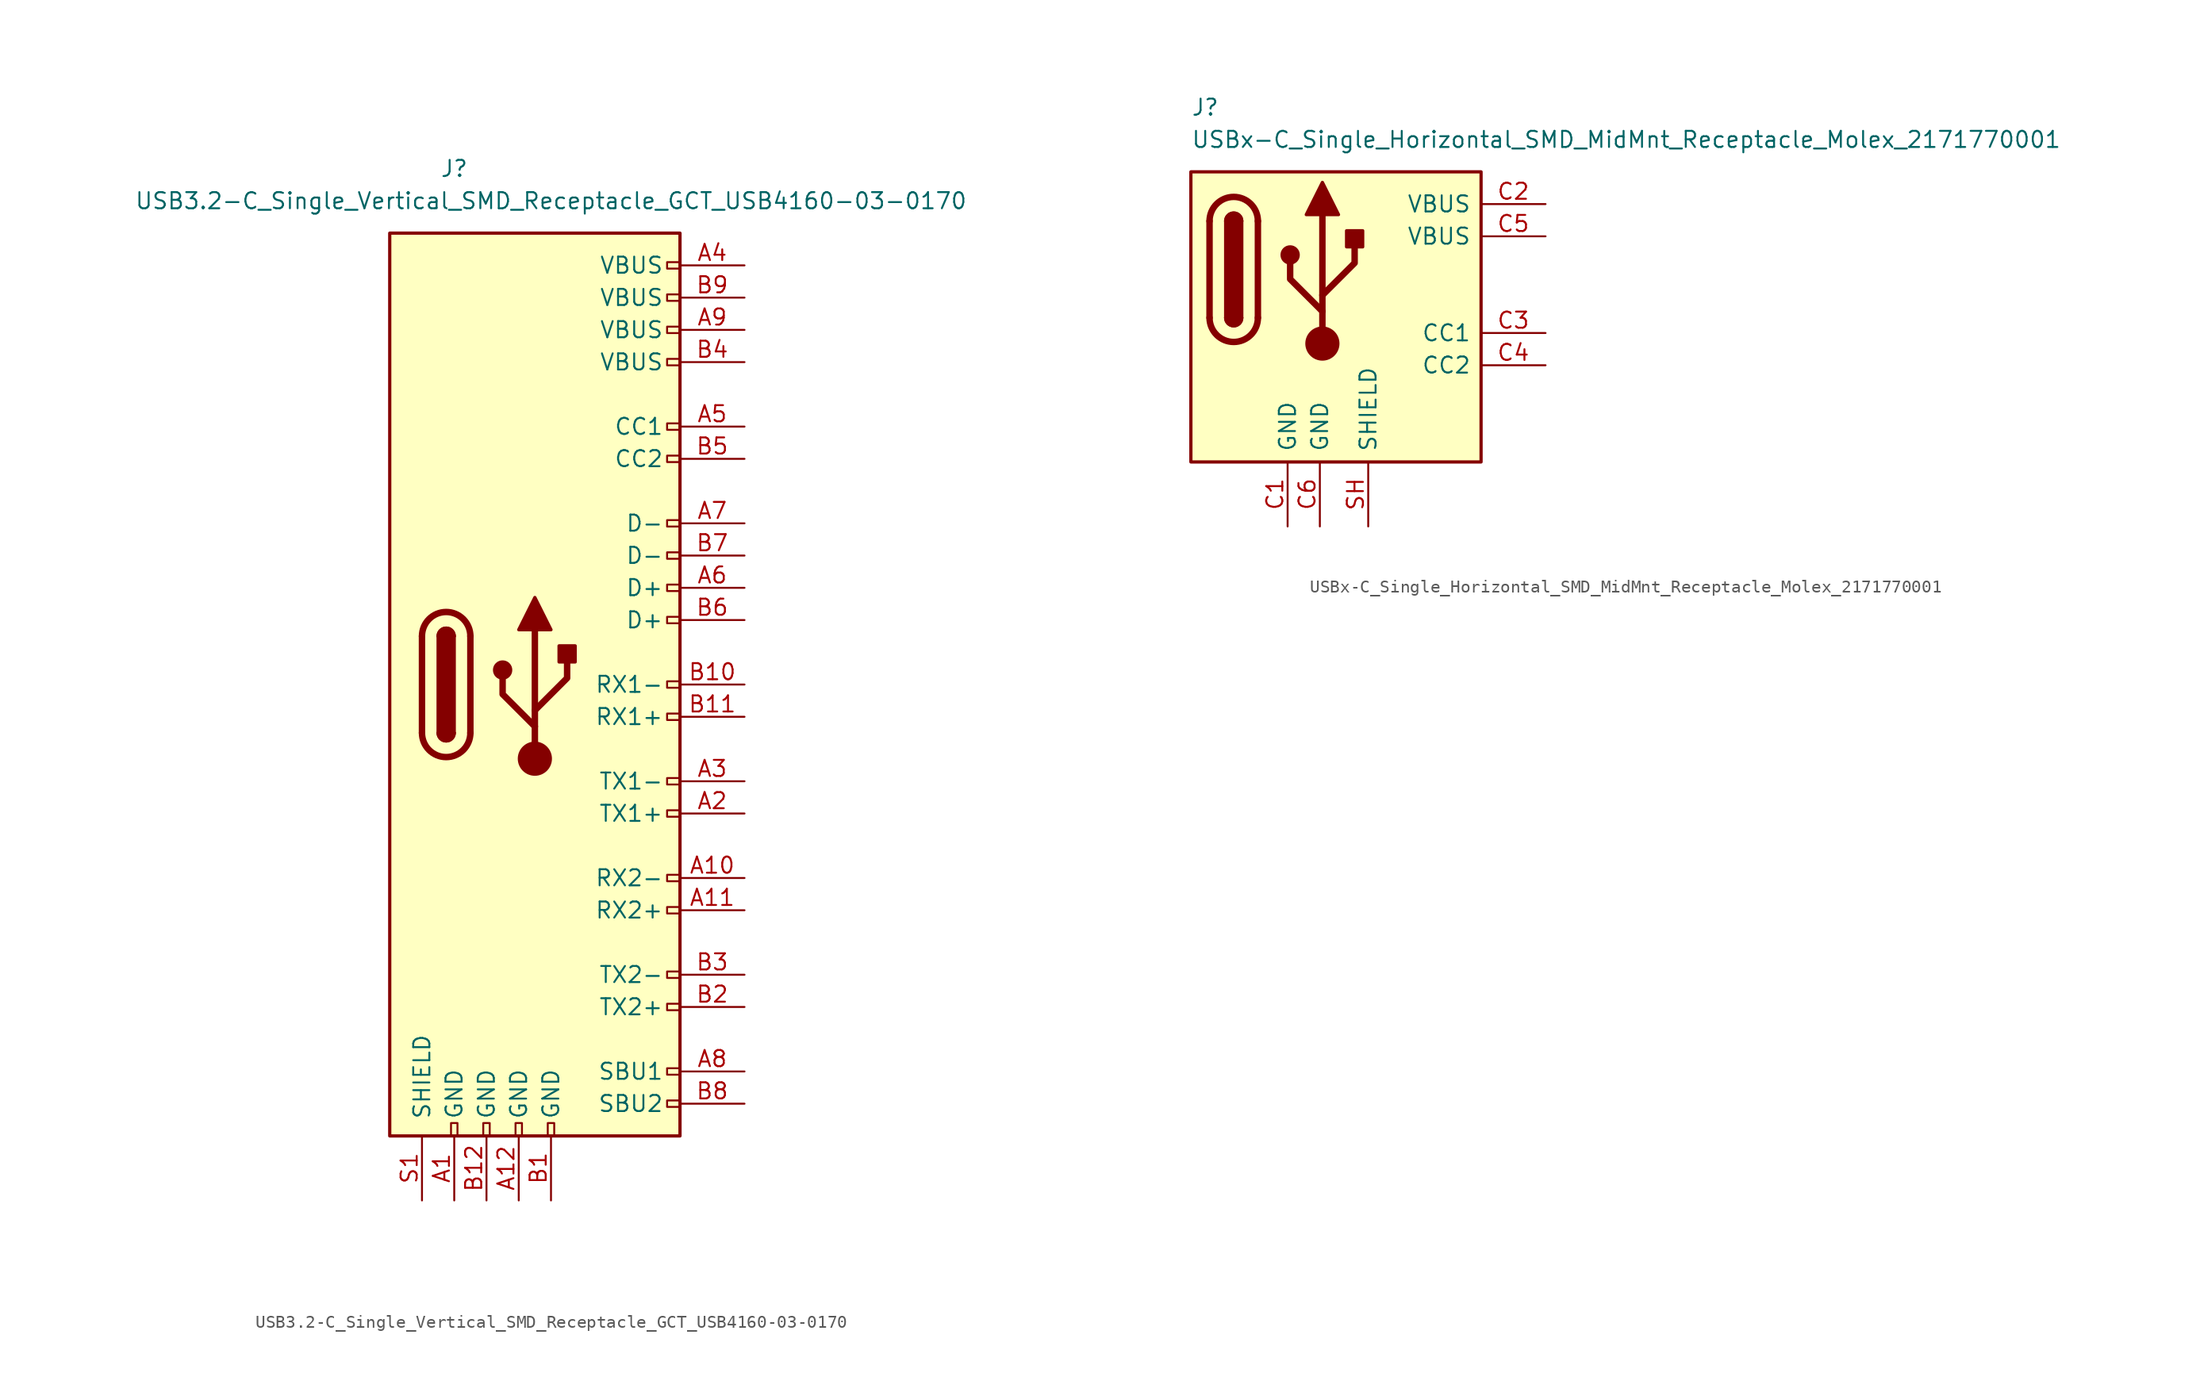
<source format=kicad_sym>
(kicad_symbol_lib
  (version 20241209)
  (generator "kicad_symbol_editor")
  (generator_version "9.0")
  (symbol "USB3.2-C_Single_Vertical_SMD_Receptacle_GCT_USB4160-03-0170"
    (pin_names
      (offset 1.27))
    (property "Reference" "J"
      (at -6.35 40.64 0)
      (effects (font (size 1.27 1.27))))
    (property "Value" "USB3.2-C_Single_Vertical_SMD_Receptacle_GCT_USB4160-03-0170"
      (at 1.27 38.1 0)
      (effects (font (size 1.27 1.27))))
    (symbol "USB3.2-C_Single_Vertical_SMD_Receptacle_GCT_USB4160-03-0170_1_1"
      (rectangle (start -11.43 35.56) (end 11.43 -35.56) (stroke (width 0.254) (type default)) (fill (type background)))
      (polyline (pts (xy -8.89 -3.81) (xy -8.89 3.81)) (stroke (width 0.508) (type default)) (fill (type none)))
      (rectangle (start -7.62 -3.81) (end -6.35 3.81) (stroke (width 0.254) (type default)) (fill (type outline)))
      (arc (start -7.62 3.81) (mid -6.985 4.4423) (end -6.35 3.81) (stroke (width 0.254) (type default)) (fill (type none)))
      (arc (start -7.62 3.81) (mid -6.985 4.4423) (end -6.35 3.81) (stroke (width 0.254) (type default)) (fill (type outline)))
      (arc (start -8.89 3.81) (mid -6.985 5.7067) (end -5.08 3.81) (stroke (width 0.508) (type default)) (fill (type none)))
      (arc (start -5.08 -3.81) (mid -6.985 -5.7067) (end -8.89 -3.81) (stroke (width 0.508) (type default)) (fill (type none)))
      (arc (start -6.35 -3.81) (mid -6.985 -4.4423) (end -7.62 -3.81) (stroke (width 0.254) (type default)) (fill (type none)))
      (arc (start -6.35 -3.81) (mid -6.985 -4.4423) (end -7.62 -3.81) (stroke (width 0.254) (type default)) (fill (type outline)))
      (rectangle (start -6.604 -35.56) (end -6.096 -34.544) (stroke (width 0) (type default)) (fill (type none)))
      (polyline (pts (xy -5.08 3.81) (xy -5.08 -3.81)) (stroke (width 0.508) (type default)) (fill (type none)))
      (rectangle (start -4.064 -35.56) (end -3.556 -34.544) (stroke (width 0) (type default)) (fill (type none)))
      (circle (center -2.54 1.143) (radius 0.635) (stroke (width 0.254) (type default)) (fill (type outline)))
      (rectangle (start -1.524 -35.56) (end -1.016 -34.544) (stroke (width 0) (type default)) (fill (type none)))
      (polyline (pts (xy -1.27 4.318) (xy 0 6.858) (xy 1.27 4.318) (xy -1.27 4.318)) (stroke (width 0.254) (type default)) (fill (type outline)))
      (polyline (pts (xy 0 -2.032) (xy 2.54 0.508) (xy 2.54 1.778)) (stroke (width 0.508) (type default)) (fill (type none)))
      (polyline (pts (xy 0 -3.302) (xy -2.54 -0.762) (xy -2.54 0.508)) (stroke (width 0.508) (type default)) (fill (type none)))
      (polyline (pts (xy 0 -5.842) (xy 0 4.318)) (stroke (width 0.508) (type default)) (fill (type none)))
      (circle (center 0 -5.842) (radius 1.27) (stroke (width 0) (type default)) (fill (type outline)))
      (rectangle (start 1.016 -35.56) (end 1.524 -34.544) (stroke (width 0) (type default)) (fill (type none)))
      (rectangle (start 1.905 1.778) (end 3.175 3.048) (stroke (width 0.254) (type default)) (fill (type outline)))
      (rectangle (start 11.43 33.274) (end 10.414 32.766) (stroke (width 0) (type default)) (fill (type none)))
      (rectangle (start 11.43 30.226) (end 10.414 30.734) (stroke (width 0) (type default)) (fill (type none)))
      (rectangle (start 11.43 27.686) (end 10.414 28.194) (stroke (width 0) (type default)) (fill (type none)))
      (rectangle (start 11.43 25.146) (end 10.414 25.654) (stroke (width 0) (type default)) (fill (type none)))
      (rectangle (start 11.43 20.574) (end 10.414 20.066) (stroke (width 0) (type default)) (fill (type none)))
      (rectangle (start 11.43 18.034) (end 10.414 17.526) (stroke (width 0) (type default)) (fill (type none)))
      (rectangle (start 11.43 12.954) (end 10.414 12.446) (stroke (width 0) (type default)) (fill (type none)))
      (rectangle (start 11.43 10.414) (end 10.414 9.906) (stroke (width 0) (type default)) (fill (type none)))
      (rectangle (start 11.43 7.874) (end 10.414 7.366) (stroke (width 0) (type default)) (fill (type none)))
      (rectangle (start 11.43 5.334) (end 10.414 4.826) (stroke (width 0) (type default)) (fill (type none)))
      (rectangle (start 11.43 0.254) (end 10.414 -0.254) (stroke (width 0) (type default)) (fill (type none)))
      (rectangle (start 11.43 -2.286) (end 10.414 -2.794) (stroke (width 0) (type default)) (fill (type none)))
      (rectangle (start 11.43 -7.366) (end 10.414 -7.874) (stroke (width 0) (type default)) (fill (type none)))
      (rectangle (start 11.43 -9.906) (end 10.414 -10.414) (stroke (width 0) (type default)) (fill (type none)))
      (rectangle (start 11.43 -14.986) (end 10.414 -15.494) (stroke (width 0) (type default)) (fill (type none)))
      (rectangle (start 11.43 -17.526) (end 10.414 -18.034) (stroke (width 0) (type default)) (fill (type none)))
      (rectangle (start 11.43 -22.606) (end 10.414 -23.114) (stroke (width 0) (type default)) (fill (type none)))
      (rectangle (start 11.43 -25.146) (end 10.414 -25.654) (stroke (width 0) (type default)) (fill (type none)))
      (rectangle (start 11.43 -30.226) (end 10.414 -30.734) (stroke (width 0) (type default)) (fill (type none)))
      (rectangle (start 11.43 -32.766) (end 10.414 -33.274) (stroke (width 0) (type default)) (fill (type none)))
      (pin passive line (at -8.89 -40.64 90) (length 5.08) (name "SHIELD" (effects (font (size 1.27 1.27)))) (number "S1" (effects (font (size 1.27 1.27)))))
      (pin power_in line (at -6.35 -40.64 90) (length 5.08) (name "GND" (effects (font (size 1.27 1.27)))) (number "A1" (effects (font (size 1.27 1.27)))))
      (pin passive line (at -3.81 -40.64 90) (length 5.08) (name "GND" (effects (font (size 1.27 1.27)))) (number "B12" (effects (font (size 1.27 1.27)))))
      (pin passive line (at -1.27 -40.64 90) (length 5.08) (name "GND" (effects (font (size 1.27 1.27)))) (number "A12" (effects (font (size 1.27 1.27)))))
      (pin passive line (at 1.27 -40.64 90) (length 5.08) (name "GND" (effects (font (size 1.27 1.27)))) (number "B1" (effects (font (size 1.27 1.27)))))
      (pin power_out line (at 16.51 33.02 180) (length 5.08) (name "VBUS" (effects (font (size 1.27 1.27)))) (number "A4" (effects (font (size 1.27 1.27)))))
      (pin passive line (at 16.51 30.48 180) (length 5.08) (name "VBUS" (effects (font (size 1.27 1.27)))) (number "B9" (effects (font (size 1.27 1.27)))))
      (pin passive line (at 16.51 27.94 180) (length 5.08) (name "VBUS" (effects (font (size 1.27 1.27)))) (number "A9" (effects (font (size 1.27 1.27)))))
      (pin passive line (at 16.51 25.4 180) (length 5.08) (name "VBUS" (effects (font (size 1.27 1.27)))) (number "B4" (effects (font (size 1.27 1.27)))))
      (pin bidirectional line (at 16.51 20.32 180) (length 5.08) (name "CC1" (effects (font (size 1.27 1.27)))) (number "A5" (effects (font (size 1.27 1.27)))))
      (pin bidirectional line (at 16.51 17.78 180) (length 5.08) (name "CC2" (effects (font (size 1.27 1.27)))) (number "B5" (effects (font (size 1.27 1.27)))))
      (pin bidirectional line (at 16.51 12.7 180) (length 5.08) (name "D-" (effects (font (size 1.27 1.27)))) (number "A7" (effects (font (size 1.27 1.27)))))
      (pin bidirectional line (at 16.51 10.16 180) (length 5.08) (name "D-" (effects (font (size 1.27 1.27)))) (number "B7" (effects (font (size 1.27 1.27)))))
      (pin bidirectional line (at 16.51 7.62 180) (length 5.08) (name "D+" (effects (font (size 1.27 1.27)))) (number "A6" (effects (font (size 1.27 1.27)))))
      (pin bidirectional line (at 16.51 5.08 180) (length 5.08) (name "D+" (effects (font (size 1.27 1.27)))) (number "B6" (effects (font (size 1.27 1.27)))))
      (pin bidirectional line (at 16.51 0 180) (length 5.08) (name "RX1-" (effects (font (size 1.27 1.27)))) (number "B10" (effects (font (size 1.27 1.27)))))
      (pin bidirectional line (at 16.51 -2.54 180) (length 5.08) (name "RX1+" (effects (font (size 1.27 1.27)))) (number "B11" (effects (font (size 1.27 1.27)))))
      (pin bidirectional line (at 16.51 -7.62 180) (length 5.08) (name "TX1-" (effects (font (size 1.27 1.27)))) (number "A3" (effects (font (size 1.27 1.27)))))
      (pin bidirectional line (at 16.51 -10.16 180) (length 5.08) (name "TX1+" (effects (font (size 1.27 1.27)))) (number "A2" (effects (font (size 1.27 1.27)))))
      (pin bidirectional line (at 16.51 -15.24 180) (length 5.08) (name "RX2-" (effects (font (size 1.27 1.27)))) (number "A10" (effects (font (size 1.27 1.27)))))
      (pin bidirectional line (at 16.51 -17.78 180) (length 5.08) (name "RX2+" (effects (font (size 1.27 1.27)))) (number "A11" (effects (font (size 1.27 1.27)))))
      (pin bidirectional line (at 16.51 -22.86 180) (length 5.08) (name "TX2-" (effects (font (size 1.27 1.27)))) (number "B3" (effects (font (size 1.27 1.27)))))
      (pin bidirectional line (at 16.51 -25.4 180) (length 5.08) (name "TX2+" (effects (font (size 1.27 1.27)))) (number "B2" (effects (font (size 1.27 1.27)))))
      (pin bidirectional line (at 16.51 -30.48 180) (length 5.08) (name "SBU1" (effects (font (size 1.27 1.27)))) (number "A8" (effects (font (size 1.27 1.27)))))
      (pin bidirectional line (at 16.51 -33.02 180) (length 5.08) (name "SBU2" (effects (font (size 1.27 1.27)))) (number "B8" (effects (font (size 1.27 1.27)))))))
  (symbol "USBx-C_Single_Horizontal_SMD_MidMnt_Receptacle_Molex_2171770001"
    (pin_names
      (offset 0.762))
    (property "Reference" "J"
      (at -11.43 16.51 0)
      (effects (font (size 1.27 1.27)) (justify left)))
    (property "Value" "USBx-C_Single_Horizontal_SMD_MidMnt_Receptacle_Molex_2171770001"
      (at -11.43 13.97 0)
      (effects (font (size 1.27 1.27)) (justify left)))
    (symbol "USBx-C_Single_Horizontal_SMD_MidMnt_Receptacle_Molex_2171770001_0_0"
      (pin power_in line (at -3.81 -16.51 90) (length 5.08) (name "GND" (effects (font (size 1.27 1.27)))) (number "C1" (effects (font (size 1.27 1.27)))))
      (pin power_in line (at -1.27 -16.51 90) (length 5.08) (name "GND" (effects (font (size 1.27 1.27)))) (number "C6" (effects (font (size 1.27 1.27)))))
      (pin passive line (at 2.54 -16.51 90) (length 5.08) (name "SHIELD" (effects (font (size 1.27 1.27)))) (number "SH" (effects (font (size 1.27 1.27)))))
      (pin power_out line (at 16.51 8.89 180) (length 5.08) (name "VBUS" (effects (font (size 1.27 1.27)))) (number "C2" (effects (font (size 1.27 1.27)))))
      (pin power_out line (at 16.51 6.35 180) (length 5.08) (name "VBUS" (effects (font (size 1.27 1.27)))) (number "C5" (effects (font (size 1.27 1.27)))))
      (pin bidirectional line (at 16.51 -1.27 180) (length 5.08) (name "CC1" (effects (font (size 1.27 1.27)))) (number "C3" (effects (font (size 1.27 1.27)))))
      (pin bidirectional line (at 16.51 -3.81 180) (length 5.08) (name "CC2" (effects (font (size 1.27 1.27)))) (number "C4" (effects (font (size 1.27 1.27))))))
    (symbol "USBx-C_Single_Horizontal_SMD_MidMnt_Receptacle_Molex_2171770001_1_1"
      (rectangle (start -11.43 11.43) (end 11.43 -11.43) (stroke (width 0.254) (type default)) (fill (type background)))
      (polyline (pts (xy -9.96 -0.07) (xy -9.96 7.55)) (stroke (width 0.508) (type default)) (fill (type none)))
      (rectangle (start -8.69 -0.07) (end -7.42 7.55) (stroke (width 0.254) (type default)) (fill (type outline)))
      (arc (start -8.69 7.55) (mid -8.055 8.1823) (end -7.42 7.55) (stroke (width 0.254) (type default)) (fill (type none)))
      (arc (start -8.69 7.55) (mid -8.055 8.1823) (end -7.42 7.55) (stroke (width 0.254) (type default)) (fill (type outline)))
      (arc (start -9.96 7.55) (mid -8.055 9.4467) (end -6.15 7.55) (stroke (width 0.508) (type default)) (fill (type none)))
      (arc (start -6.15 -0.07) (mid -8.055 -1.9667) (end -9.96 -0.07) (stroke (width 0.508) (type default)) (fill (type none)))
      (arc (start -7.42 -0.07) (mid -8.055 -0.7023) (end -8.69 -0.07) (stroke (width 0.254) (type default)) (fill (type none)))
      (arc (start -7.42 -0.07) (mid -8.055 -0.7023) (end -8.69 -0.07) (stroke (width 0.254) (type default)) (fill (type outline)))
      (polyline (pts (xy -6.15 7.55) (xy -6.15 -0.07)) (stroke (width 0.508) (type default)) (fill (type none)))
      (circle (center -3.61 4.883) (radius 0.635) (stroke (width 0.254) (type default)) (fill (type outline)))
      (polyline (pts (xy -2.34 8.058) (xy -1.07 10.598) (xy 0.2 8.058) (xy -2.34 8.058)) (stroke (width 0.254) (type default)) (fill (type outline)))
      (polyline (pts (xy -1.07 1.708) (xy 1.47 4.248) (xy 1.47 5.518)) (stroke (width 0.508) (type default)) (fill (type none)))
      (polyline (pts (xy -1.07 0.438) (xy -3.61 2.978) (xy -3.61 4.248)) (stroke (width 0.508) (type default)) (fill (type none)))
      (circle (center -1.07 -2.102) (radius 1.27) (stroke (width 0) (type default)) (fill (type outline)))
      (polyline (pts (xy -1.07 -2.102) (xy -1.07 8.058)) (stroke (width 0.508) (type default)) (fill (type none)))
      (rectangle (start 0.835 5.518) (end 2.105 6.788) (stroke (width 0.254) (type default)) (fill (type outline))))))
</source>
